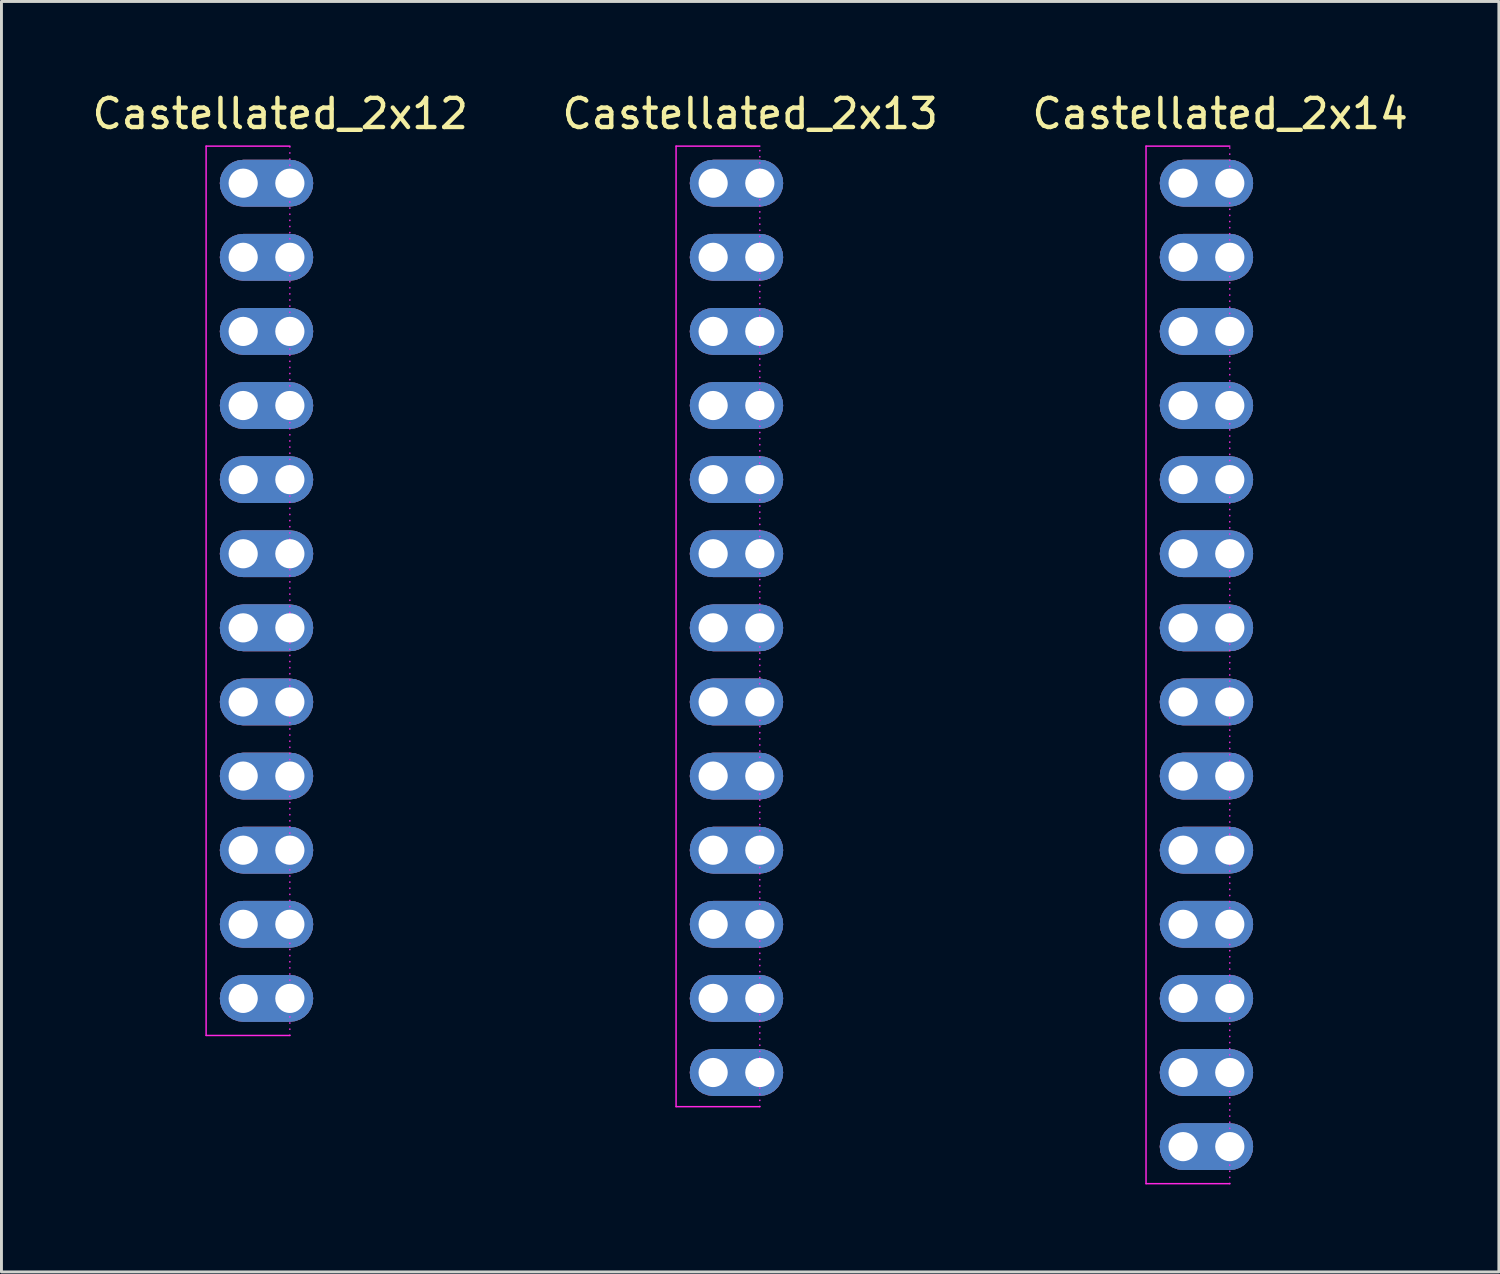
<source format=kicad_pcb>
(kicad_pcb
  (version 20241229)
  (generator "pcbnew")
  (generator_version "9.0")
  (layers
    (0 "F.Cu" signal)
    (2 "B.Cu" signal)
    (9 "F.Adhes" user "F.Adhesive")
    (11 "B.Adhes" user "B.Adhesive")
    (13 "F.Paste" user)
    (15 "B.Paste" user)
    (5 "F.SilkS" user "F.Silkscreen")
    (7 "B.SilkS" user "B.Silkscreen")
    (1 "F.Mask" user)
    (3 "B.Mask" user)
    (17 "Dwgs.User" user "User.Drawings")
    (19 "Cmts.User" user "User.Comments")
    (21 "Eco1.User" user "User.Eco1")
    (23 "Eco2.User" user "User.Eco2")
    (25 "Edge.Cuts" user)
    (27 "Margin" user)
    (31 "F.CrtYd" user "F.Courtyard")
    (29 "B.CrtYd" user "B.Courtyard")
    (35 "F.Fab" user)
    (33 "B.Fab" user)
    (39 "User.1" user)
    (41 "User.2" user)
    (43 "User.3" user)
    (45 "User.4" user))
  (footprint "Castellated_2x14"
    (layer "F.Cu")
    (at 37.498 3.228)
    (property "Reference" "Castellated_2x14" (at 1.27 -2.38 0) (layer "F.SilkS") (effects (font (size 1 1) (thickness 0.15))))
    (attr through_hole)
    (fp_line (start 1.6 -1.27) (end 1.6 34.29) (stroke (width 0.001) (type solid)) (layer "Edge.Cuts"))
    (fp_line (start -1.27 -1.27) (end -1.27 34.29) (stroke (width 0.05) (type solid)) (layer "F.CrtYd"))
    (fp_line (start -1.27 34.29) (end 1.6 34.29) (stroke (width 0.05) (type solid)) (layer "F.CrtYd"))
    (fp_line (start 1.6 -1.27) (end -1.27 -1.27) (stroke (width 0.05) (type solid)) (layer "F.CrtYd"))
    (fp_line (start 1.6 34.29) (end 1.6 -1.27) (stroke (width 0.05) (type dot)) (layer "F.CrtYd"))
    (pad "1" thru_hole roundrect (at 0 0) (size 3.2 1.6) (drill 1 (offset 0.8 0)) (layers "*.Cu" "*.Mask") (roundrect_rratio 0.5))
    (pad "1" thru_hole roundrect (at 1.6 0) (size 3.2 1.6) (drill 1 (offset -0.8 0)) (layers "*.Cu" "*.Mask") (roundrect_rratio 0.5))
    (pad "2" thru_hole roundrect (at 0 2.54) (size 3.2 1.6) (drill 1 (offset 0.8 0)) (layers "*.Cu" "*.Mask") (roundrect_rratio 0.5))
    (pad "2" thru_hole roundrect (at 1.6 2.54) (size 3.2 1.6) (drill 1 (offset -0.8 0)) (layers "*.Cu" "*.Mask") (roundrect_rratio 0.5))
    (pad "3" thru_hole roundrect (at 0 5.08) (size 3.2 1.6) (drill 1 (offset 0.8 0)) (layers "*.Cu" "*.Mask") (roundrect_rratio 0.5))
    (pad "3" thru_hole roundrect (at 1.6 5.08) (size 3.2 1.6) (drill 1 (offset -0.8 0)) (layers "*.Cu" "*.Mask") (roundrect_rratio 0.5))
    (pad "4" thru_hole roundrect (at 0 7.62) (size 3.2 1.6) (drill 1 (offset 0.8 0)) (layers "*.Cu" "*.Mask") (roundrect_rratio 0.5))
    (pad "4" thru_hole roundrect (at 1.6 7.62) (size 3.2 1.6) (drill 1 (offset -0.8 0)) (layers "*.Cu" "*.Mask") (roundrect_rratio 0.5))
    (pad "5" thru_hole roundrect (at 0 10.16) (size 3.2 1.6) (drill 1 (offset 0.8 0)) (layers "*.Cu" "*.Mask") (roundrect_rratio 0.5))
    (pad "5" thru_hole roundrect (at 1.6 10.16) (size 3.2 1.6) (drill 1 (offset -0.8 0)) (layers "*.Cu" "*.Mask") (roundrect_rratio 0.5))
    (pad "6" thru_hole roundrect (at 0 12.7) (size 3.2 1.6) (drill 1 (offset 0.8 0)) (layers "*.Cu" "*.Mask") (roundrect_rratio 0.5))
    (pad "6" thru_hole roundrect (at 1.6 12.7) (size 3.2 1.6) (drill 1 (offset -0.8 0)) (layers "*.Cu" "*.Mask") (roundrect_rratio 0.5))
    (pad "7" thru_hole roundrect (at 0 15.24) (size 3.2 1.6) (drill 1 (offset 0.8 0)) (layers "*.Cu" "*.Mask") (roundrect_rratio 0.5))
    (pad "7" thru_hole roundrect (at 1.6 15.24) (size 3.2 1.6) (drill 1 (offset -0.8 0)) (layers "*.Cu" "*.Mask") (roundrect_rratio 0.5))
    (pad "8" thru_hole roundrect (at 0 17.78) (size 3.2 1.6) (drill 1 (offset 0.8 0)) (layers "*.Cu" "*.Mask") (roundrect_rratio 0.5))
    (pad "8" thru_hole roundrect (at 1.6 17.78) (size 3.2 1.6) (drill 1 (offset -0.8 0)) (layers "*.Cu" "*.Mask") (roundrect_rratio 0.5))
    (pad "9" thru_hole roundrect (at 0 20.32) (size 3.2 1.6) (drill 1 (offset 0.8 0)) (layers "*.Cu" "*.Mask") (roundrect_rratio 0.5))
    (pad "9" thru_hole roundrect (at 1.6 20.32) (size 3.2 1.6) (drill 1 (offset -0.8 0)) (layers "*.Cu" "*.Mask") (roundrect_rratio 0.5))
    (pad "10" thru_hole roundrect (at 0 22.86) (size 3.2 1.6) (drill 1 (offset 0.8 0)) (layers "*.Cu" "*.Mask") (roundrect_rratio 0.5))
    (pad "10" thru_hole roundrect (at 1.6 22.86) (size 3.2 1.6) (drill 1 (offset -0.8 0)) (layers "*.Cu" "*.Mask") (roundrect_rratio 0.5))
    (pad "11" thru_hole roundrect (at 0 25.4) (size 3.2 1.6) (drill 1 (offset 0.8 0)) (layers "*.Cu" "*.Mask") (roundrect_rratio 0.5))
    (pad "11" thru_hole roundrect (at 1.6 25.4) (size 3.2 1.6) (drill 1 (offset -0.8 0)) (layers "*.Cu" "*.Mask") (roundrect_rratio 0.5))
    (pad "12" thru_hole roundrect (at 0 27.94) (size 3.2 1.6) (drill 1 (offset 0.8 0)) (layers "*.Cu" "*.Mask") (roundrect_rratio 0.5))
    (pad "12" thru_hole roundrect (at 1.6 27.94) (size 3.2 1.6) (drill 1 (offset -0.8 0)) (layers "*.Cu" "*.Mask") (roundrect_rratio 0.5))
    (pad "13" thru_hole roundrect (at 0 30.48) (size 3.2 1.6) (drill 1 (offset 0.8 0)) (layers "*.Cu" "*.Mask") (roundrect_rratio 0.5))
    (pad "13" thru_hole roundrect (at 1.6 30.48) (size 3.2 1.6) (drill 1 (offset -0.8 0)) (layers "*.Cu" "*.Mask") (roundrect_rratio 0.5))
    (pad "14" thru_hole roundrect (at 0 33.02) (size 3.2 1.6) (drill 1 (offset 0.8 0)) (layers "*.Cu" "*.Mask") (roundrect_rratio 0.5))
    (pad "14" thru_hole roundrect (at 1.6 33.02) (size 3.2 1.6) (drill 1 (offset -0.8 0)) (layers "*.Cu" "*.Mask") (roundrect_rratio 0.5)))
  (footprint "Castellated_2x13"
    (layer "F.Cu")
    (at 21.391 3.228)
    (property "Reference" "Castellated_2x13" (at 1.27 -2.38 0) (layer "F.SilkS") (effects (font (size 1 1) (thickness 0.15))))
    (attr through_hole)
    (fp_line (start 1.6 -1.27) (end 1.6 31.65) (stroke (width 0.001) (type solid)) (layer "Edge.Cuts"))
    (fp_line (start -1.27 -1.27) (end -1.27 31.65) (stroke (width 0.05) (type solid)) (layer "F.CrtYd"))
    (fp_line (start -1.27 31.65) (end 1.6 31.65) (stroke (width 0.05) (type solid)) (layer "F.CrtYd"))
    (fp_line (start 1.6 -1.27) (end -1.27 -1.27) (stroke (width 0.05) (type solid)) (layer "F.CrtYd"))
    (fp_line (start 1.6 31.65) (end 1.6 -1.27) (stroke (width 0.05) (type dot)) (layer "F.CrtYd"))
    (pad "1" thru_hole roundrect (at 0 0) (size 3.2 1.6) (drill 1 (offset 0.8 0)) (layers "*.Cu" "*.Mask") (roundrect_rratio 0.5))
    (pad "1" thru_hole roundrect (at 1.6 0) (size 3.2 1.6) (drill 1 (offset -0.8 0)) (layers "*.Cu" "*.Mask") (roundrect_rratio 0.5))
    (pad "2" thru_hole roundrect (at 0 2.54) (size 3.2 1.6) (drill 1 (offset 0.8 0)) (layers "*.Cu" "*.Mask") (roundrect_rratio 0.5))
    (pad "2" thru_hole roundrect (at 1.6 2.54) (size 3.2 1.6) (drill 1 (offset -0.8 0)) (layers "*.Cu" "*.Mask") (roundrect_rratio 0.5))
    (pad "3" thru_hole roundrect (at 0 5.08) (size 3.2 1.6) (drill 1 (offset 0.8 0)) (layers "*.Cu" "*.Mask") (roundrect_rratio 0.5))
    (pad "3" thru_hole roundrect (at 1.6 5.08) (size 3.2 1.6) (drill 1 (offset -0.8 0)) (layers "*.Cu" "*.Mask") (roundrect_rratio 0.5))
    (pad "4" thru_hole roundrect (at 0 7.62) (size 3.2 1.6) (drill 1 (offset 0.8 0)) (layers "*.Cu" "*.Mask") (roundrect_rratio 0.5))
    (pad "4" thru_hole roundrect (at 1.6 7.62) (size 3.2 1.6) (drill 1 (offset -0.8 0)) (layers "*.Cu" "*.Mask") (roundrect_rratio 0.5))
    (pad "5" thru_hole roundrect (at 0 10.16) (size 3.2 1.6) (drill 1 (offset 0.8 0)) (layers "*.Cu" "*.Mask") (roundrect_rratio 0.5))
    (pad "5" thru_hole roundrect (at 1.6 10.16) (size 3.2 1.6) (drill 1 (offset -0.8 0)) (layers "*.Cu" "*.Mask") (roundrect_rratio 0.5))
    (pad "6" thru_hole roundrect (at 0 12.7) (size 3.2 1.6) (drill 1 (offset 0.8 0)) (layers "*.Cu" "*.Mask") (roundrect_rratio 0.5))
    (pad "6" thru_hole roundrect (at 1.6 12.7) (size 3.2 1.6) (drill 1 (offset -0.8 0)) (layers "*.Cu" "*.Mask") (roundrect_rratio 0.5))
    (pad "7" thru_hole roundrect (at 0 15.24) (size 3.2 1.6) (drill 1 (offset 0.8 0)) (layers "*.Cu" "*.Mask") (roundrect_rratio 0.5))
    (pad "7" thru_hole roundrect (at 1.6 15.24) (size 3.2 1.6) (drill 1 (offset -0.8 0)) (layers "*.Cu" "*.Mask") (roundrect_rratio 0.5))
    (pad "8" thru_hole roundrect (at 0 17.78) (size 3.2 1.6) (drill 1 (offset 0.8 0)) (layers "*.Cu" "*.Mask") (roundrect_rratio 0.5))
    (pad "8" thru_hole roundrect (at 1.6 17.78) (size 3.2 1.6) (drill 1 (offset -0.8 0)) (layers "*.Cu" "*.Mask") (roundrect_rratio 0.5))
    (pad "9" thru_hole roundrect (at 0 20.32) (size 3.2 1.6) (drill 1 (offset 0.8 0)) (layers "*.Cu" "*.Mask") (roundrect_rratio 0.5))
    (pad "9" thru_hole roundrect (at 1.6 20.32) (size 3.2 1.6) (drill 1 (offset -0.8 0)) (layers "*.Cu" "*.Mask") (roundrect_rratio 0.5))
    (pad "10" thru_hole roundrect (at 0 22.86) (size 3.2 1.6) (drill 1 (offset 0.8 0)) (layers "*.Cu" "*.Mask") (roundrect_rratio 0.5))
    (pad "10" thru_hole roundrect (at 1.6 22.86) (size 3.2 1.6) (drill 1 (offset -0.8 0)) (layers "*.Cu" "*.Mask") (roundrect_rratio 0.5))
    (pad "11" thru_hole roundrect (at 0 25.4) (size 3.2 1.6) (drill 1 (offset 0.8 0)) (layers "*.Cu" "*.Mask") (roundrect_rratio 0.5))
    (pad "11" thru_hole roundrect (at 1.6 25.4) (size 3.2 1.6) (drill 1 (offset -0.8 0)) (layers "*.Cu" "*.Mask") (roundrect_rratio 0.5))
    (pad "12" thru_hole roundrect (at 0 27.94) (size 3.2 1.6) (drill 1 (offset 0.8 0)) (layers "*.Cu" "*.Mask") (roundrect_rratio 0.5))
    (pad "12" thru_hole roundrect (at 1.6 27.94) (size 3.2 1.6) (drill 1 (offset -0.8 0)) (layers "*.Cu" "*.Mask") (roundrect_rratio 0.5))
    (pad "13" thru_hole roundrect (at 0 30.48) (size 3.2 1.6) (drill 1 (offset 0.8 0)) (layers "*.Cu" "*.Mask") (roundrect_rratio 0.5))
    (pad "13" thru_hole roundrect (at 1.6 30.48) (size 3.2 1.6) (drill 1 (offset -0.8 0)) (layers "*.Cu" "*.Mask") (roundrect_rratio 0.5)))
  (footprint "Castellated_2x12"
    (layer "F.Cu")
    (at 5.284 3.228)
    (property "Reference" "Castellated_2x12" (at 1.27 -2.38 0) (layer "F.SilkS") (effects (font (size 1 1) (thickness 0.15))))
    (attr through_hole)
    (fp_line (start 1.6 -1.27) (end 1.6 29.21) (stroke (width 0.001) (type solid)) (layer "Edge.Cuts"))
    (fp_line (start -1.27 -1.27) (end -1.27 29.21) (stroke (width 0.05) (type solid)) (layer "F.CrtYd"))
    (fp_line (start -1.27 29.21) (end 1.6 29.21) (stroke (width 0.05) (type solid)) (layer "F.CrtYd"))
    (fp_line (start 1.6 -1.27) (end -1.27 -1.27) (stroke (width 0.05) (type solid)) (layer "F.CrtYd"))
    (fp_line (start 1.6 29.21) (end 1.6 -1.27) (stroke (width 0.05) (type dot)) (layer "F.CrtYd"))
    (pad "1" thru_hole roundrect (at 0 0) (size 3.2 1.6) (drill 1 (offset 0.8 0)) (layers "*.Cu" "*.Mask") (roundrect_rratio 0.5))
    (pad "1" thru_hole roundrect (at 1.6 0) (size 3.2 1.6) (drill 1 (offset -0.8 0)) (layers "*.Cu" "*.Mask") (roundrect_rratio 0.5))
    (pad "2" thru_hole roundrect (at 0 2.54) (size 3.2 1.6) (drill 1 (offset 0.8 0)) (layers "*.Cu" "*.Mask") (roundrect_rratio 0.5))
    (pad "2" thru_hole roundrect (at 1.6 2.54) (size 3.2 1.6) (drill 1 (offset -0.8 0)) (layers "*.Cu" "*.Mask") (roundrect_rratio 0.5))
    (pad "3" thru_hole roundrect (at 0 5.08) (size 3.2 1.6) (drill 1 (offset 0.8 0)) (layers "*.Cu" "*.Mask") (roundrect_rratio 0.5))
    (pad "3" thru_hole roundrect (at 1.6 5.08) (size 3.2 1.6) (drill 1 (offset -0.8 0)) (layers "*.Cu" "*.Mask") (roundrect_rratio 0.5))
    (pad "4" thru_hole roundrect (at 0 7.62) (size 3.2 1.6) (drill 1 (offset 0.8 0)) (layers "*.Cu" "*.Mask") (roundrect_rratio 0.5))
    (pad "4" thru_hole roundrect (at 1.6 7.62) (size 3.2 1.6) (drill 1 (offset -0.8 0)) (layers "*.Cu" "*.Mask") (roundrect_rratio 0.5))
    (pad "5" thru_hole roundrect (at 0 10.16) (size 3.2 1.6) (drill 1 (offset 0.8 0)) (layers "*.Cu" "*.Mask") (roundrect_rratio 0.5))
    (pad "5" thru_hole roundrect (at 1.6 10.16) (size 3.2 1.6) (drill 1 (offset -0.8 0)) (layers "*.Cu" "*.Mask") (roundrect_rratio 0.5))
    (pad "6" thru_hole roundrect (at 0 12.7) (size 3.2 1.6) (drill 1 (offset 0.8 0)) (layers "*.Cu" "*.Mask") (roundrect_rratio 0.5))
    (pad "6" thru_hole roundrect (at 1.6 12.7) (size 3.2 1.6) (drill 1 (offset -0.8 0)) (layers "*.Cu" "*.Mask") (roundrect_rratio 0.5))
    (pad "7" thru_hole roundrect (at 0 15.24) (size 3.2 1.6) (drill 1 (offset 0.8 0)) (layers "*.Cu" "*.Mask") (roundrect_rratio 0.5))
    (pad "7" thru_hole roundrect (at 1.6 15.24) (size 3.2 1.6) (drill 1 (offset -0.8 0)) (layers "*.Cu" "*.Mask") (roundrect_rratio 0.5))
    (pad "8" thru_hole roundrect (at 0 17.78) (size 3.2 1.6) (drill 1 (offset 0.8 0)) (layers "*.Cu" "*.Mask") (roundrect_rratio 0.5))
    (pad "8" thru_hole roundrect (at 1.6 17.78) (size 3.2 1.6) (drill 1 (offset -0.8 0)) (layers "*.Cu" "*.Mask") (roundrect_rratio 0.5))
    (pad "9" thru_hole roundrect (at 0 20.32) (size 3.2 1.6) (drill 1 (offset 0.8 0)) (layers "*.Cu" "*.Mask") (roundrect_rratio 0.5))
    (pad "9" thru_hole roundrect (at 1.6 20.32) (size 3.2 1.6) (drill 1 (offset -0.8 0)) (layers "*.Cu" "*.Mask") (roundrect_rratio 0.5))
    (pad "10" thru_hole roundrect (at 0 22.86) (size 3.2 1.6) (drill 1 (offset 0.8 0)) (layers "*.Cu" "*.Mask") (roundrect_rratio 0.5))
    (pad "10" thru_hole roundrect (at 1.6 22.86) (size 3.2 1.6) (drill 1 (offset -0.8 0)) (layers "*.Cu" "*.Mask") (roundrect_rratio 0.5))
    (pad "11" thru_hole roundrect (at 0 25.4) (size 3.2 1.6) (drill 1 (offset 0.8 0)) (layers "*.Cu" "*.Mask") (roundrect_rratio 0.5))
    (pad "11" thru_hole roundrect (at 1.6 25.4) (size 3.2 1.6) (drill 1 (offset -0.8 0)) (layers "*.Cu" "*.Mask") (roundrect_rratio 0.5))
    (pad "12" thru_hole roundrect (at 0 27.94) (size 3.2 1.6) (drill 1 (offset 0.8 0)) (layers "*.Cu" "*.Mask") (roundrect_rratio 0.5))
    (pad "12" thru_hole roundrect (at 1.6 27.94) (size 3.2 1.6) (drill 1 (offset -0.8 0)) (layers "*.Cu" "*.Mask") (roundrect_rratio 0.5)))
  (gr_rect
    (start -3 -3)
    (end 48.321 40.543)
    (stroke (width 0.1) (type default))
    (fill no)
    (layer "Edge.Cuts")))
</source>
